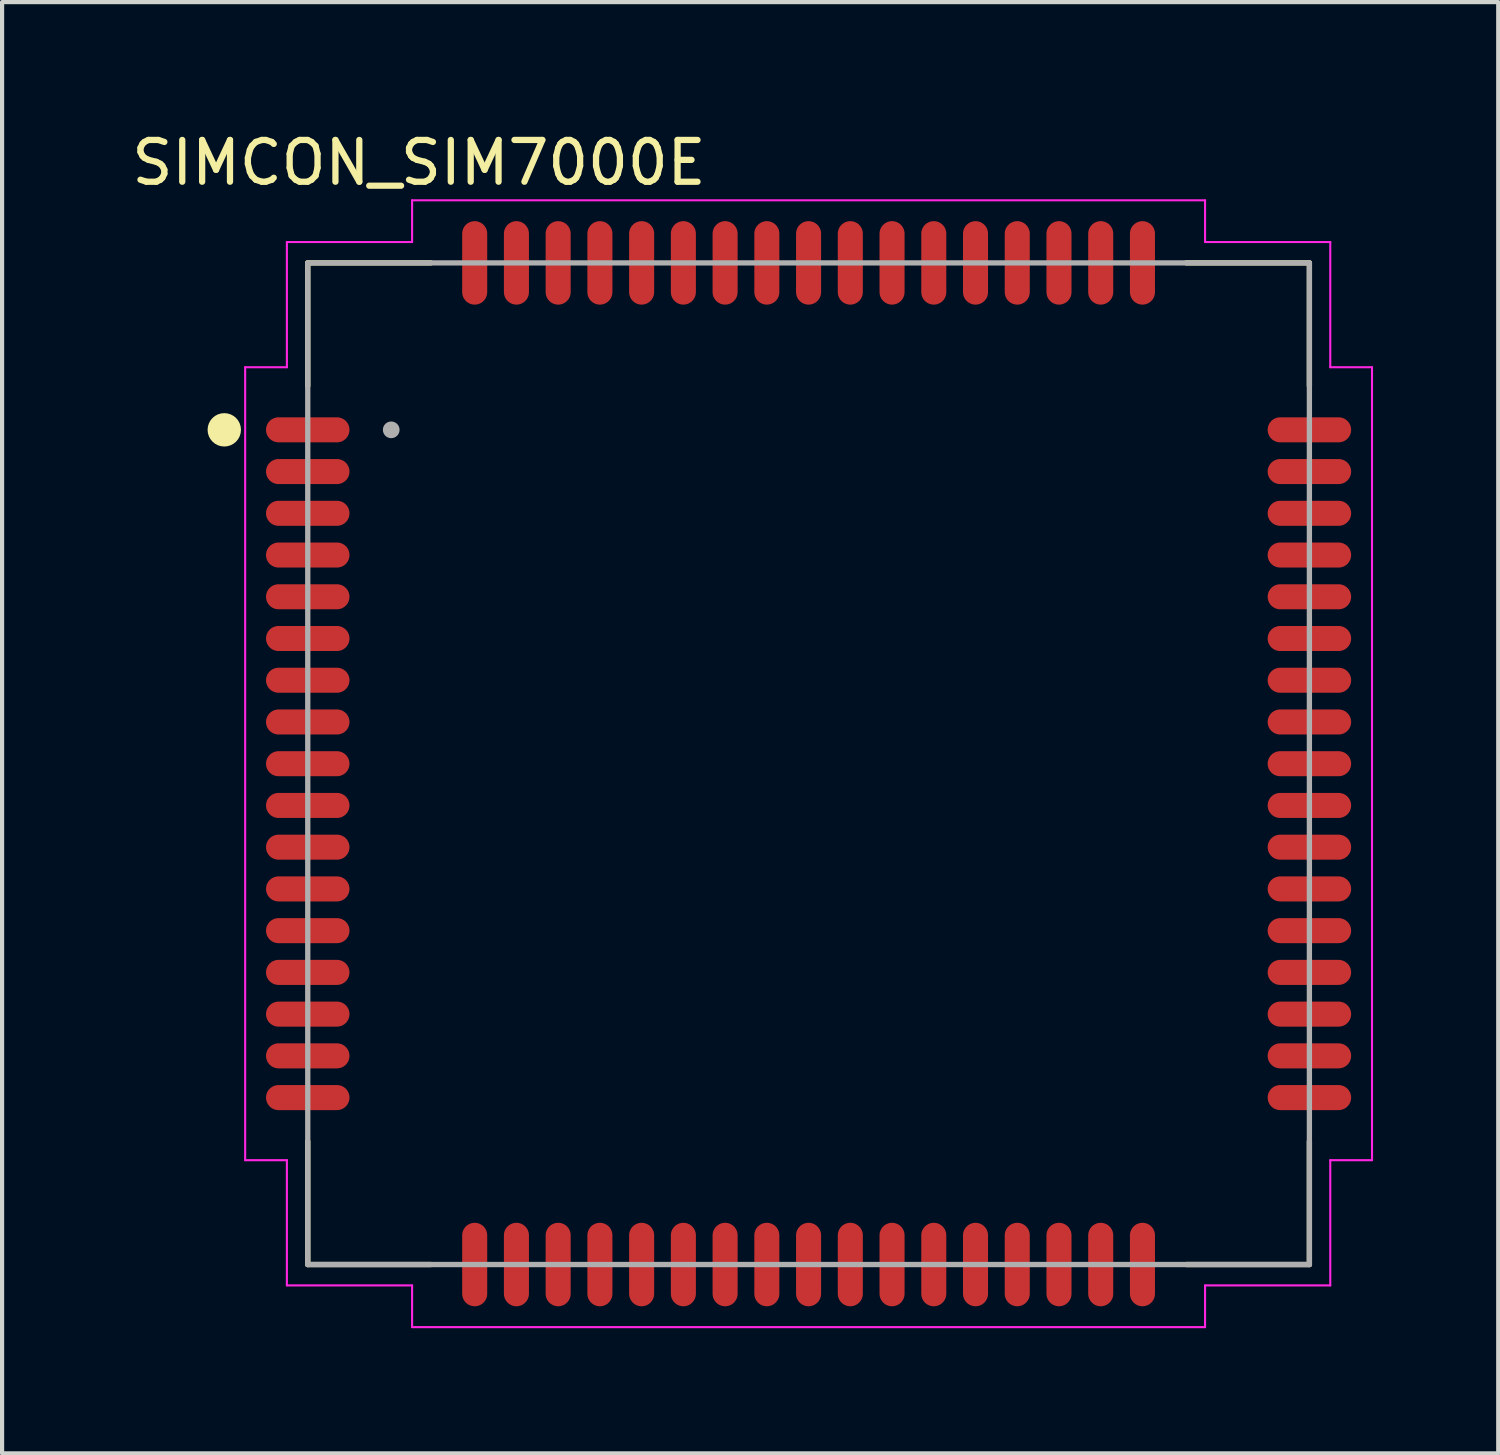
<source format=kicad_pcb>
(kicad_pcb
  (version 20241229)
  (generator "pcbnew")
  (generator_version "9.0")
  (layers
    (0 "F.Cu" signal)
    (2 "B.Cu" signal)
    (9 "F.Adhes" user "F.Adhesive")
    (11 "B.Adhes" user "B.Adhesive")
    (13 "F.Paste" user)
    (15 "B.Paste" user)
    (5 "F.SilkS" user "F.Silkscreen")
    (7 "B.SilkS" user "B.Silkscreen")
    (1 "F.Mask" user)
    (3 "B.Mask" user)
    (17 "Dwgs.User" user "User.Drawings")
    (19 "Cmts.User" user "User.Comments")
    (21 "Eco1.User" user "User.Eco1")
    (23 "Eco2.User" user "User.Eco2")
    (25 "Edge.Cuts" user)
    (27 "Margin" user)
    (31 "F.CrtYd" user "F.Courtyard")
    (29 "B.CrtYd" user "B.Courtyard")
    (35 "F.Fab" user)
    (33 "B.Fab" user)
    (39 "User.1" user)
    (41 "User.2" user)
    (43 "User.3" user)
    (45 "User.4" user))
  (footprint "SIMCON_SIM7000E"
    (layer "F.Cu")
    (at 16.324 15.249)
    (property "Reference" "SIMCON_SIM7000E" (at -9.335 -14.4 0) (layer "F.SilkS") (effects (font (size 1.001 1.001) (thickness 0.15))))
    (attr smd)
    (fp_line (start -12 -12) (end -9.05 -12) (stroke (width 0.127) (type solid)) (layer "F.SilkS"))
    (fp_line (start -12 -9.05) (end -12 -12) (stroke (width 0.127) (type solid)) (layer "F.SilkS"))
    (fp_line (start -12 9.05) (end -12 12) (stroke (width 0.127) (type solid)) (layer "F.SilkS"))
    (fp_line (start -12 12) (end -9.05 12) (stroke (width 0.127) (type solid)) (layer "F.SilkS"))
    (fp_line (start 9.05 -12) (end 12 -12) (stroke (width 0.127) (type solid)) (layer "F.SilkS"))
    (fp_line (start 12 -12) (end 12 -9.05) (stroke (width 0.127) (type solid)) (layer "F.SilkS"))
    (fp_line (start 12 9.05) (end 12 12) (stroke (width 0.127) (type solid)) (layer "F.SilkS"))
    (fp_line (start 12 12) (end 9.05 12) (stroke (width 0.127) (type solid)) (layer "F.SilkS"))
    (fp_circle (center -14 -8) (end -13.8 -8) (stroke (width 0.4) (type solid)) (fill no) (layer "F.SilkS"))
    (fp_line (start -13.5 -9.5) (end -12.5 -9.5) (stroke (width 0.05) (type solid)) (layer "F.CrtYd"))
    (fp_line (start -13.5 9.5) (end -13.5 -9.5) (stroke (width 0.05) (type solid)) (layer "F.CrtYd"))
    (fp_line (start -12.5 -12.5) (end -9.5 -12.5) (stroke (width 0.05) (type solid)) (layer "F.CrtYd"))
    (fp_line (start -12.5 -9.5) (end -12.5 -12.5) (stroke (width 0.05) (type solid)) (layer "F.CrtYd"))
    (fp_line (start -12.5 9.5) (end -13.5 9.5) (stroke (width 0.05) (type solid)) (layer "F.CrtYd"))
    (fp_line (start -12.5 12.5) (end -12.5 9.5) (stroke (width 0.05) (type solid)) (layer "F.CrtYd"))
    (fp_line (start -9.5 -13.5) (end 9.5 -13.5) (stroke (width 0.05) (type solid)) (layer "F.CrtYd"))
    (fp_line (start -9.5 -12.5) (end -9.5 -13.5) (stroke (width 0.05) (type solid)) (layer "F.CrtYd"))
    (fp_line (start -9.5 12.5) (end -12.5 12.5) (stroke (width 0.05) (type solid)) (layer "F.CrtYd"))
    (fp_line (start -9.5 13.5) (end -9.5 12.5) (stroke (width 0.05) (type solid)) (layer "F.CrtYd"))
    (fp_line (start 9.5 -13.5) (end 9.5 -12.5) (stroke (width 0.05) (type solid)) (layer "F.CrtYd"))
    (fp_line (start 9.5 -12.5) (end 12.5 -12.5) (stroke (width 0.05) (type solid)) (layer "F.CrtYd"))
    (fp_line (start 9.5 12.5) (end 9.5 13.5) (stroke (width 0.05) (type solid)) (layer "F.CrtYd"))
    (fp_line (start 9.5 13.5) (end -9.5 13.5) (stroke (width 0.05) (type solid)) (layer "F.CrtYd"))
    (fp_line (start 12.5 -12.5) (end 12.5 -9.5) (stroke (width 0.05) (type solid)) (layer "F.CrtYd"))
    (fp_line (start 12.5 -9.5) (end 13.5 -9.5) (stroke (width 0.05) (type solid)) (layer "F.CrtYd"))
    (fp_line (start 12.5 9.5) (end 12.5 12.5) (stroke (width 0.05) (type solid)) (layer "F.CrtYd"))
    (fp_line (start 12.5 12.5) (end 9.5 12.5) (stroke (width 0.05) (type solid)) (layer "F.CrtYd"))
    (fp_line (start 13.5 -9.5) (end 13.5 9.5) (stroke (width 0.05) (type solid)) (layer "F.CrtYd"))
    (fp_line (start 13.5 9.5) (end 12.5 9.5) (stroke (width 0.05) (type solid)) (layer "F.CrtYd"))
    (fp_line (start -12 -12) (end 12 -12) (stroke (width 0.127) (type solid)) (layer "F.Fab"))
    (fp_line (start -12 12) (end -12 -12) (stroke (width 0.127) (type solid)) (layer "F.Fab"))
    (fp_line (start 12 -12) (end 12 12) (stroke (width 0.127) (type solid)) (layer "F.Fab"))
    (fp_line (start 12 12) (end -12 12) (stroke (width 0.127) (type solid)) (layer "F.Fab"))
    (fp_circle (center -10 -8) (end -9.9 -8) (stroke (width 0.2) (type solid)) (fill no) (layer "F.Fab"))
    (pad "1" smd oval (at -12 -8) (size 2 0.6) (layers "F.Cu" "F.Mask" "F.Paste"))
    (pad "2" smd oval (at -12 -7) (size 2 0.6) (layers "F.Cu" "F.Mask" "F.Paste"))
    (pad "3" smd oval (at -12 -6) (size 2 0.6) (layers "F.Cu" "F.Mask" "F.Paste"))
    (pad "4" smd oval (at -12 -5) (size 2 0.6) (layers "F.Cu" "F.Mask" "F.Paste"))
    (pad "5" smd oval (at -12 -4) (size 2 0.6) (layers "F.Cu" "F.Mask" "F.Paste"))
    (pad "6" smd oval (at -12 -3) (size 2 0.6) (layers "F.Cu" "F.Mask" "F.Paste"))
    (pad "7" smd oval (at -12 -2) (size 2 0.6) (layers "F.Cu" "F.Mask" "F.Paste"))
    (pad "8" smd oval (at -12 -1) (size 2 0.6) (layers "F.Cu" "F.Mask" "F.Paste"))
    (pad "9" smd oval (at -12 0) (size 2 0.6) (layers "F.Cu" "F.Mask" "F.Paste"))
    (pad "10" smd oval (at -12 1) (size 2 0.6) (layers "F.Cu" "F.Mask" "F.Paste"))
    (pad "11" smd oval (at -12 2) (size 2 0.6) (layers "F.Cu" "F.Mask" "F.Paste"))
    (pad "12" smd oval (at -12 3) (size 2 0.6) (layers "F.Cu" "F.Mask" "F.Paste"))
    (pad "13" smd oval (at -12 4) (size 2 0.6) (layers "F.Cu" "F.Mask" "F.Paste"))
    (pad "14" smd oval (at -12 5) (size 2 0.6) (layers "F.Cu" "F.Mask" "F.Paste"))
    (pad "15" smd oval (at -12 6) (size 2 0.6) (layers "F.Cu" "F.Mask" "F.Paste"))
    (pad "16" smd oval (at -12 7) (size 2 0.6) (layers "F.Cu" "F.Mask" "F.Paste"))
    (pad "17" smd oval (at -12 8) (size 2 0.6) (layers "F.Cu" "F.Mask" "F.Paste"))
    (pad "18" smd oval (at -8 12) (size 0.6 2) (layers "F.Cu" "F.Mask" "F.Paste"))
    (pad "19" smd oval (at -7 12) (size 0.6 2) (layers "F.Cu" "F.Mask" "F.Paste"))
    (pad "20" smd oval (at -6 12) (size 0.6 2) (layers "F.Cu" "F.Mask" "F.Paste"))
    (pad "21" smd oval (at -5 12) (size 0.6 2) (layers "F.Cu" "F.Mask" "F.Paste"))
    (pad "22" smd oval (at -4 12) (size 0.6 2) (layers "F.Cu" "F.Mask" "F.Paste"))
    (pad "23" smd oval (at -3 12) (size 0.6 2) (layers "F.Cu" "F.Mask" "F.Paste"))
    (pad "24" smd oval (at -2 12) (size 0.6 2) (layers "F.Cu" "F.Mask" "F.Paste"))
    (pad "25" smd oval (at -1 12) (size 0.6 2) (layers "F.Cu" "F.Mask" "F.Paste"))
    (pad "26" smd oval (at 0 12) (size 0.6 2) (layers "F.Cu" "F.Mask" "F.Paste"))
    (pad "27" smd oval (at 1 12) (size 0.6 2) (layers "F.Cu" "F.Mask" "F.Paste"))
    (pad "28" smd oval (at 2 12) (size 0.6 2) (layers "F.Cu" "F.Mask" "F.Paste"))
    (pad "29" smd oval (at 3 12) (size 0.6 2) (layers "F.Cu" "F.Mask" "F.Paste"))
    (pad "30" smd oval (at 4 12) (size 0.6 2) (layers "F.Cu" "F.Mask" "F.Paste"))
    (pad "31" smd oval (at 5 12) (size 0.6 2) (layers "F.Cu" "F.Mask" "F.Paste"))
    (pad "32" smd oval (at 6 12) (size 0.6 2) (layers "F.Cu" "F.Mask" "F.Paste"))
    (pad "33" smd oval (at 7 12) (size 0.6 2) (layers "F.Cu" "F.Mask" "F.Paste"))
    (pad "34" smd oval (at 8 12) (size 0.6 2) (layers "F.Cu" "F.Mask" "F.Paste"))
    (pad "35" smd oval (at 12 8) (size 2 0.6) (layers "F.Cu" "F.Mask" "F.Paste"))
    (pad "36" smd oval (at 12 7) (size 2 0.6) (layers "F.Cu" "F.Mask" "F.Paste"))
    (pad "37" smd oval (at 12 6) (size 2 0.6) (layers "F.Cu" "F.Mask" "F.Paste"))
    (pad "38" smd oval (at 12 5) (size 2 0.6) (layers "F.Cu" "F.Mask" "F.Paste"))
    (pad "39" smd oval (at 12 4) (size 2 0.6) (layers "F.Cu" "F.Mask" "F.Paste"))
    (pad "40" smd oval (at 12 3) (size 2 0.6) (layers "F.Cu" "F.Mask" "F.Paste"))
    (pad "41" smd oval (at 12 2) (size 2 0.6) (layers "F.Cu" "F.Mask" "F.Paste"))
    (pad "42" smd oval (at 12 1) (size 2 0.6) (layers "F.Cu" "F.Mask" "F.Paste"))
    (pad "43" smd oval (at 12 0) (size 2 0.6) (layers "F.Cu" "F.Mask" "F.Paste"))
    (pad "44" smd oval (at 12 -1) (size 2 0.6) (layers "F.Cu" "F.Mask" "F.Paste"))
    (pad "45" smd oval (at 12 -2) (size 2 0.6) (layers "F.Cu" "F.Mask" "F.Paste"))
    (pad "46" smd oval (at 12 -3) (size 2 0.6) (layers "F.Cu" "F.Mask" "F.Paste"))
    (pad "47" smd oval (at 12 -4) (size 2 0.6) (layers "F.Cu" "F.Mask" "F.Paste"))
    (pad "48" smd oval (at 12 -5) (size 2 0.6) (layers "F.Cu" "F.Mask" "F.Paste"))
    (pad "49" smd oval (at 12 -6) (size 2 0.6) (layers "F.Cu" "F.Mask" "F.Paste"))
    (pad "50" smd oval (at 12 -7) (size 2 0.6) (layers "F.Cu" "F.Mask" "F.Paste"))
    (pad "51" smd oval (at 12 -8) (size 2 0.6) (layers "F.Cu" "F.Mask" "F.Paste"))
    (pad "52" smd oval (at 8 -12) (size 0.6 2) (layers "F.Cu" "F.Mask" "F.Paste"))
    (pad "53" smd oval (at 7 -12) (size 0.6 2) (layers "F.Cu" "F.Mask" "F.Paste"))
    (pad "54" smd oval (at 6 -12) (size 0.6 2) (layers "F.Cu" "F.Mask" "F.Paste"))
    (pad "55" smd oval (at 5 -12) (size 0.6 2) (layers "F.Cu" "F.Mask" "F.Paste"))
    (pad "56" smd oval (at 4 -12) (size 0.6 2) (layers "F.Cu" "F.Mask" "F.Paste"))
    (pad "57" smd oval (at 3 -12) (size 0.6 2) (layers "F.Cu" "F.Mask" "F.Paste"))
    (pad "58" smd oval (at 2 -12) (size 0.6 2) (layers "F.Cu" "F.Mask" "F.Paste"))
    (pad "59" smd oval (at 1 -12) (size 0.6 2) (layers "F.Cu" "F.Mask" "F.Paste"))
    (pad "60" smd oval (at 0 -12) (size 0.6 2) (layers "F.Cu" "F.Mask" "F.Paste"))
    (pad "61" smd oval (at -1 -12) (size 0.6 2) (layers "F.Cu" "F.Mask" "F.Paste"))
    (pad "62" smd oval (at -2 -12) (size 0.6 2) (layers "F.Cu" "F.Mask" "F.Paste"))
    (pad "63" smd oval (at -3 -12) (size 0.6 2) (layers "F.Cu" "F.Mask" "F.Paste"))
    (pad "64" smd oval (at -4 -12) (size 0.6 2) (layers "F.Cu" "F.Mask" "F.Paste"))
    (pad "65" smd oval (at -5 -12) (size 0.6 2) (layers "F.Cu" "F.Mask" "F.Paste"))
    (pad "66" smd oval (at -6 -12) (size 0.6 2) (layers "F.Cu" "F.Mask" "F.Paste"))
    (pad "67" smd oval (at -7 -12) (size 0.6 2) (layers "F.Cu" "F.Mask" "F.Paste"))
    (pad "68" smd oval (at -8 -12) (size 0.6 2) (layers "F.Cu" "F.Mask" "F.Paste"))
    (zone (net_name "") (layer "F.Cu") (hatch full 0.508) (connect_pads) (min_thickness 0.01) (filled_areas_thickness no) (keepout (tracks not_allowed) (vias not_allowed) (pads not_allowed) (copperpour not_allowed) (footprints allowed)) (placement (enabled no)) (fill) (polygon (pts (xy 5.414 6.049) (xy 7.824 6.049) (xy 7.824 8.442) (xy 5.414 8.442))))
    (zone (net_name "") (layer "F.Cu") (hatch full 0.508) (connect_pads) (min_thickness 0.01) (filled_areas_thickness no) (keepout (tracks not_allowed) (vias not_allowed) (pads not_allowed) (copperpour not_allowed) (footprints allowed)) (placement (enabled no)) (fill) (polygon (pts (xy 17.625 17.149) (xy 20.024 17.149) (xy 20.024 19.553) (xy 17.625 19.553)))))
  (gr_rect
    (start -3 -3)
    (end 32.849 31.774)
    (stroke (width 0.1) (type default))
    (fill no)
    (layer "Edge.Cuts")))
</source>
